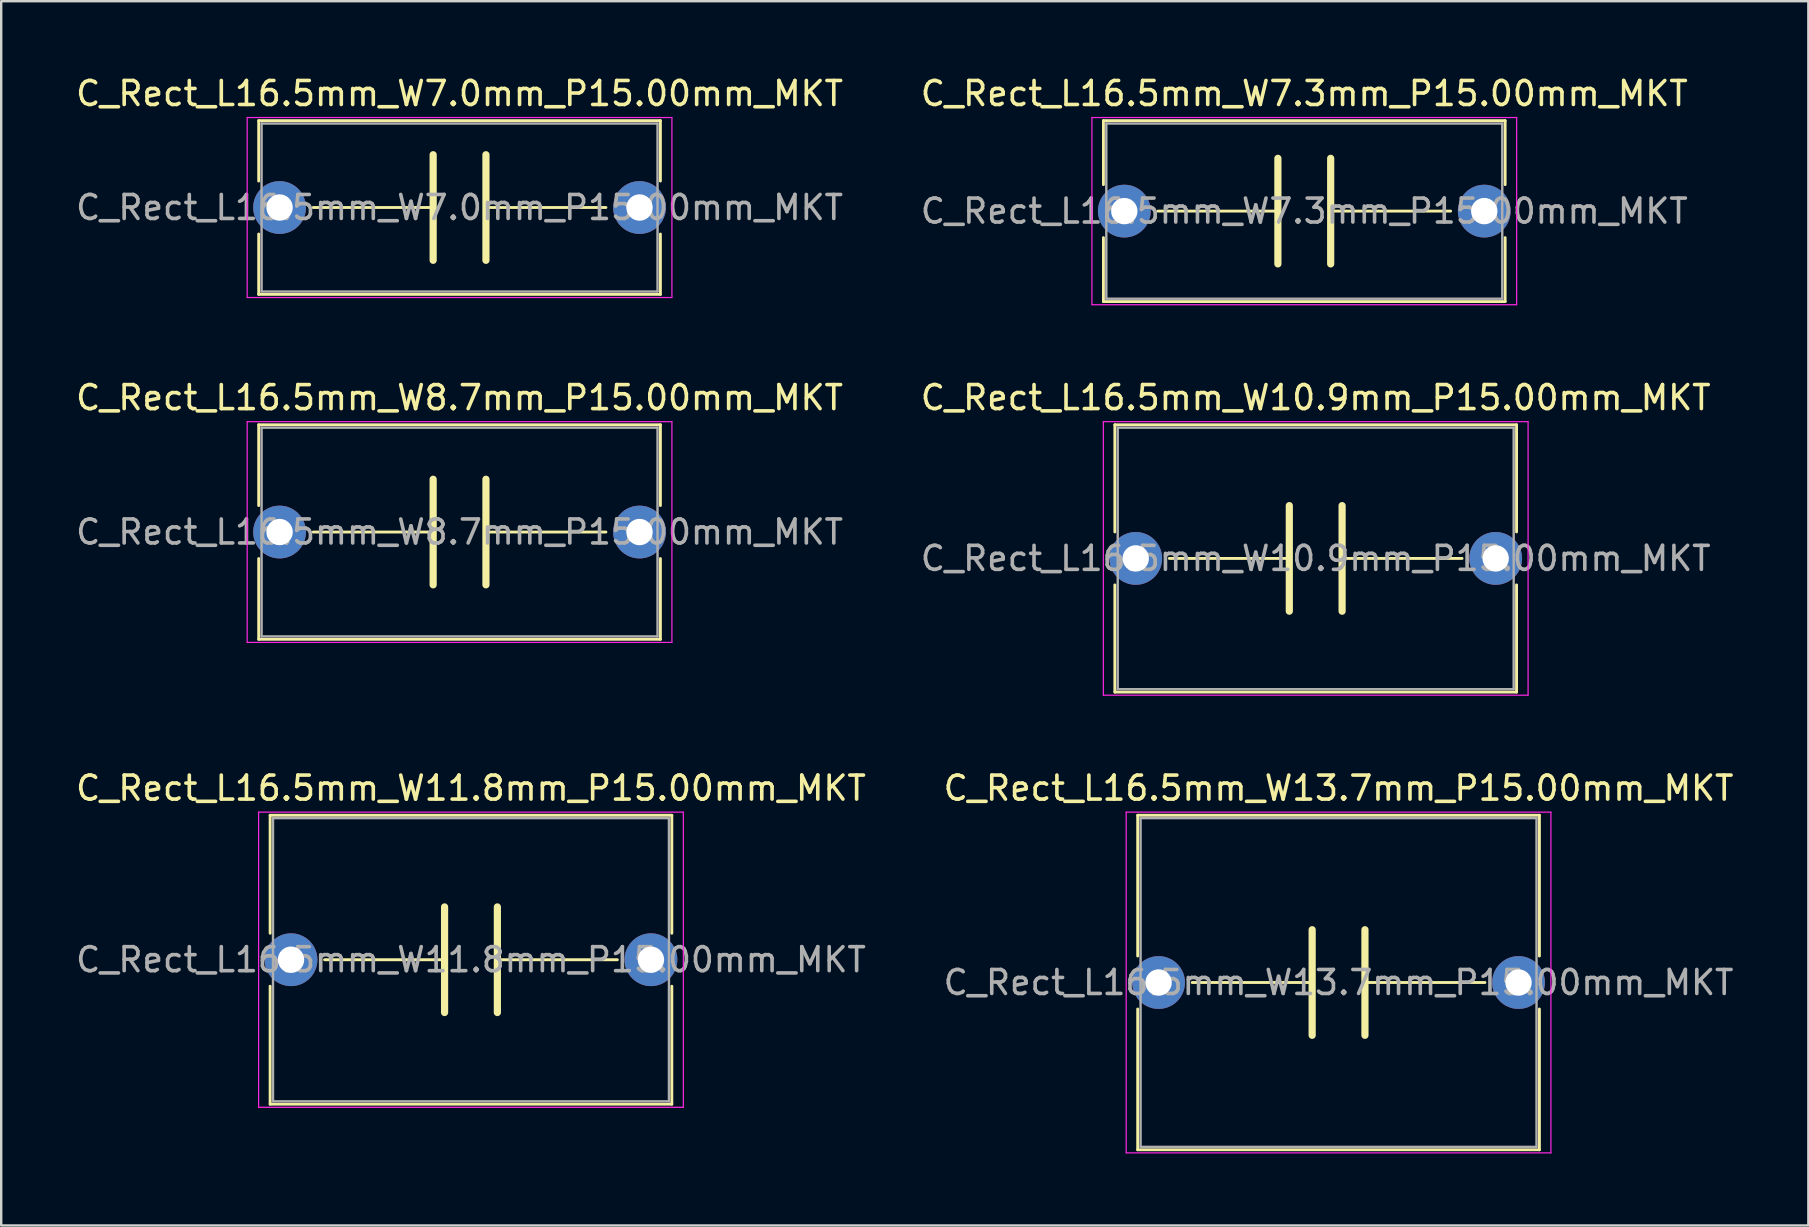
<source format=kicad_pcb>
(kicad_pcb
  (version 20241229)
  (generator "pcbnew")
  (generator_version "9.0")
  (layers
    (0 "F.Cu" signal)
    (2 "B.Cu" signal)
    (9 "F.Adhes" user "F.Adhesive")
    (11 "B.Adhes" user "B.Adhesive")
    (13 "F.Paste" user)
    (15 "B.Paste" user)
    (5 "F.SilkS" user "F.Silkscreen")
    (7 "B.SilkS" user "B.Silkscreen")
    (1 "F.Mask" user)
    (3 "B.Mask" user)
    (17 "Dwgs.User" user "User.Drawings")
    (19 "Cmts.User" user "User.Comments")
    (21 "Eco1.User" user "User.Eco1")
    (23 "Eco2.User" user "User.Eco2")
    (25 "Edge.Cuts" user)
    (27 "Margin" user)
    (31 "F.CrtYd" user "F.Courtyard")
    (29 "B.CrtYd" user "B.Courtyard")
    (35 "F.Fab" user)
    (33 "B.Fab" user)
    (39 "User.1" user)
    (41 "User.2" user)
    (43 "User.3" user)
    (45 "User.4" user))
  (footprint "C_Rect_L16.5mm_W8.7mm_P15.00mm_MKT"
    (layer "F.Cu")
    (at 8.601 19.122)
    (property "Reference" "C_Rect_L16.5mm_W8.7mm_P15.00mm_MKT" (at 7.5 -5.6 0) (layer "F.SilkS") (effects (font (size 1 1) (thickness 0.15))))
    (attr through_hole)
    (fp_line (start -0.87 -4.47) (end -0.87 -1.104) (stroke (width 0.12) (type solid)) (layer "F.SilkS"))
    (fp_line (start -0.87 -4.47) (end 15.87 -4.47) (stroke (width 0.12) (type solid)) (layer "F.SilkS"))
    (fp_line (start -0.87 1.104) (end -0.87 4.47) (stroke (width 0.12) (type solid)) (layer "F.SilkS"))
    (fp_line (start -0.87 4.47) (end 15.87 4.47) (stroke (width 0.12) (type solid)) (layer "F.SilkS"))
    (fp_line (start 1.4 0) (end 6.4 0) (stroke (width 0.12) (type solid)) (layer "F.SilkS"))
    (fp_line (start 6.4 -2.2) (end 6.4 2.2) (stroke (width 0.3) (type solid)) (layer "F.SilkS"))
    (fp_line (start 8.6 -2.2) (end 8.6 2.2) (stroke (width 0.3) (type solid)) (layer "F.SilkS"))
    (fp_line (start 8.6 0) (end 13.6 0) (stroke (width 0.12) (type solid)) (layer "F.SilkS"))
    (fp_line (start 15.87 -4.47) (end 15.87 -1.104) (stroke (width 0.12) (type solid)) (layer "F.SilkS"))
    (fp_line (start 15.87 1.104) (end 15.87 4.47) (stroke (width 0.12) (type solid)) (layer "F.SilkS"))
    (fp_line (start -1.35 -4.6) (end -1.35 4.6) (stroke (width 0.05) (type solid)) (layer "F.CrtYd"))
    (fp_line (start -1.35 4.6) (end 16.35 4.6) (stroke (width 0.05) (type solid)) (layer "F.CrtYd"))
    (fp_line (start 16.35 -4.6) (end -1.35 -4.6) (stroke (width 0.05) (type solid)) (layer "F.CrtYd"))
    (fp_line (start 16.35 4.6) (end 16.35 -4.6) (stroke (width 0.05) (type solid)) (layer "F.CrtYd"))
    (fp_line (start -0.75 -4.35) (end -0.75 4.35) (stroke (width 0.1) (type solid)) (layer "F.Fab"))
    (fp_line (start -0.75 4.35) (end 15.75 4.35) (stroke (width 0.1) (type solid)) (layer "F.Fab"))
    (fp_line (start 15.75 -4.35) (end -0.75 -4.35) (stroke (width 0.1) (type solid)) (layer "F.Fab"))
    (fp_line (start 15.75 4.35) (end 15.75 -4.35) (stroke (width 0.1) (type solid)) (layer "F.Fab"))
    (fp_text user "${REFERENCE}" (at 7.5 0 0) (layer "F.Fab") (effects (font (size 1 1) (thickness 0.15))))
    (pad "1" thru_hole circle (at 0 0) (size 2.2 2.2) (drill 1.1) (layers "*.Cu" "*.Mask"))
    (pad "2" thru_hole circle (at 15 0) (size 2.2 2.2) (drill 1.1) (layers "*.Cu" "*.Mask")))
  (footprint "C_Rect_L16.5mm_W7.0mm_P15.00mm_MKT"
    (layer "F.Cu")
    (at 8.601 5.598)
    (property "Reference" "C_Rect_L16.5mm_W7.0mm_P15.00mm_MKT" (at 7.5 -4.75 0) (layer "F.SilkS") (effects (font (size 1 1) (thickness 0.15))))
    (attr through_hole)
    (fp_line (start -0.87 -3.62) (end -0.87 -1.104) (stroke (width 0.12) (type solid)) (layer "F.SilkS"))
    (fp_line (start -0.87 -3.62) (end 15.87 -3.62) (stroke (width 0.12) (type solid)) (layer "F.SilkS"))
    (fp_line (start -0.87 1.104) (end -0.87 3.62) (stroke (width 0.12) (type solid)) (layer "F.SilkS"))
    (fp_line (start -0.87 3.62) (end 15.87 3.62) (stroke (width 0.12) (type solid)) (layer "F.SilkS"))
    (fp_line (start 1.4 0) (end 6.4 0) (stroke (width 0.12) (type solid)) (layer "F.SilkS"))
    (fp_line (start 6.4 -2.2) (end 6.4 2.2) (stroke (width 0.3) (type solid)) (layer "F.SilkS"))
    (fp_line (start 8.6 -2.2) (end 8.6 2.2) (stroke (width 0.3) (type solid)) (layer "F.SilkS"))
    (fp_line (start 8.6 0) (end 13.6 0) (stroke (width 0.12) (type solid)) (layer "F.SilkS"))
    (fp_line (start 15.87 -3.62) (end 15.87 -1.104) (stroke (width 0.12) (type solid)) (layer "F.SilkS"))
    (fp_line (start 15.87 1.104) (end 15.87 3.62) (stroke (width 0.12) (type solid)) (layer "F.SilkS"))
    (fp_line (start -1.35 -3.75) (end -1.35 3.75) (stroke (width 0.05) (type solid)) (layer "F.CrtYd"))
    (fp_line (start -1.35 3.75) (end 16.35 3.75) (stroke (width 0.05) (type solid)) (layer "F.CrtYd"))
    (fp_line (start 16.35 -3.75) (end -1.35 -3.75) (stroke (width 0.05) (type solid)) (layer "F.CrtYd"))
    (fp_line (start 16.35 3.75) (end 16.35 -3.75) (stroke (width 0.05) (type solid)) (layer "F.CrtYd"))
    (fp_line (start -0.75 -3.5) (end -0.75 3.5) (stroke (width 0.1) (type solid)) (layer "F.Fab"))
    (fp_line (start -0.75 3.5) (end 15.75 3.5) (stroke (width 0.1) (type solid)) (layer "F.Fab"))
    (fp_line (start 15.75 -3.5) (end -0.75 -3.5) (stroke (width 0.1) (type solid)) (layer "F.Fab"))
    (fp_line (start 15.75 3.5) (end 15.75 -3.5) (stroke (width 0.1) (type solid)) (layer "F.Fab"))
    (fp_text user "${REFERENCE}" (at 7.5 0 0) (layer "F.Fab") (effects (font (size 1 1) (thickness 0.15))))
    (pad "1" thru_hole circle (at 0 0) (size 2.2 2.2) (drill 1.1) (layers "*.Cu" "*.Mask"))
    (pad "2" thru_hole circle (at 15 0) (size 2.2 2.2) (drill 1.1) (layers "*.Cu" "*.Mask")))
  (footprint "C_Rect_L16.5mm_W13.7mm_P15.00mm_MKT"
    (layer "F.Cu")
    (at 45.232 37.895)
    (property "Reference" "C_Rect_L16.5mm_W13.7mm_P15.00mm_MKT" (at 7.5 -8.1 0) (layer "F.SilkS") (effects (font (size 1 1) (thickness 0.15))))
    (attr through_hole)
    (fp_line (start -0.87 -6.97) (end -0.87 -1.104) (stroke (width 0.12) (type solid)) (layer "F.SilkS"))
    (fp_line (start -0.87 -6.97) (end 15.87 -6.97) (stroke (width 0.12) (type solid)) (layer "F.SilkS"))
    (fp_line (start -0.87 1.104) (end -0.87 6.97) (stroke (width 0.12) (type solid)) (layer "F.SilkS"))
    (fp_line (start -0.87 6.97) (end 15.87 6.97) (stroke (width 0.12) (type solid)) (layer "F.SilkS"))
    (fp_line (start 1.4 0) (end 6.4 0) (stroke (width 0.12) (type solid)) (layer "F.SilkS"))
    (fp_line (start 6.4 -2.2) (end 6.4 2.2) (stroke (width 0.3) (type solid)) (layer "F.SilkS"))
    (fp_line (start 8.6 -2.2) (end 8.6 2.2) (stroke (width 0.3) (type solid)) (layer "F.SilkS"))
    (fp_line (start 8.6 0) (end 13.6 0) (stroke (width 0.12) (type solid)) (layer "F.SilkS"))
    (fp_line (start 15.87 -6.97) (end 15.87 -1.104) (stroke (width 0.12) (type solid)) (layer "F.SilkS"))
    (fp_line (start 15.87 1.104) (end 15.87 6.97) (stroke (width 0.12) (type solid)) (layer "F.SilkS"))
    (fp_line (start -1.35 -7.1) (end -1.35 7.1) (stroke (width 0.05) (type solid)) (layer "F.CrtYd"))
    (fp_line (start -1.35 7.1) (end 16.35 7.1) (stroke (width 0.05) (type solid)) (layer "F.CrtYd"))
    (fp_line (start 16.35 -7.1) (end -1.35 -7.1) (stroke (width 0.05) (type solid)) (layer "F.CrtYd"))
    (fp_line (start 16.35 7.1) (end 16.35 -7.1) (stroke (width 0.05) (type solid)) (layer "F.CrtYd"))
    (fp_line (start -0.75 -6.85) (end -0.75 6.85) (stroke (width 0.1) (type solid)) (layer "F.Fab"))
    (fp_line (start -0.75 6.85) (end 15.75 6.85) (stroke (width 0.1) (type solid)) (layer "F.Fab"))
    (fp_line (start 15.75 -6.85) (end -0.75 -6.85) (stroke (width 0.1) (type solid)) (layer "F.Fab"))
    (fp_line (start 15.75 6.85) (end 15.75 -6.85) (stroke (width 0.1) (type solid)) (layer "F.Fab"))
    (fp_text user "${REFERENCE}" (at 7.5 0 0) (layer "F.Fab") (effects (font (size 1 1) (thickness 0.15))))
    (pad "1" thru_hole circle (at 0 0) (size 2.2 2.2) (drill 1.1) (layers "*.Cu" "*.Mask"))
    (pad "2" thru_hole circle (at 15 0) (size 2.2 2.2) (drill 1.1) (layers "*.Cu" "*.Mask")))
  (footprint "C_Rect_L16.5mm_W10.9mm_P15.00mm_MKT"
    (layer "F.Cu")
    (at 44.28 20.221)
    (property "Reference" "C_Rect_L16.5mm_W10.9mm_P15.00mm_MKT" (at 7.5 -6.7 0) (layer "F.SilkS") (effects (font (size 1 1) (thickness 0.15))))
    (attr through_hole)
    (fp_line (start -0.87 -5.57) (end -0.87 -1.104) (stroke (width 0.12) (type solid)) (layer "F.SilkS"))
    (fp_line (start -0.87 -5.57) (end 15.87 -5.57) (stroke (width 0.12) (type solid)) (layer "F.SilkS"))
    (fp_line (start -0.87 1.104) (end -0.87 5.57) (stroke (width 0.12) (type solid)) (layer "F.SilkS"))
    (fp_line (start -0.87 5.57) (end 15.87 5.57) (stroke (width 0.12) (type solid)) (layer "F.SilkS"))
    (fp_line (start 1.4 0) (end 6.4 0) (stroke (width 0.12) (type solid)) (layer "F.SilkS"))
    (fp_line (start 6.4 -2.2) (end 6.4 2.2) (stroke (width 0.3) (type solid)) (layer "F.SilkS"))
    (fp_line (start 8.6 -2.2) (end 8.6 2.2) (stroke (width 0.3) (type solid)) (layer "F.SilkS"))
    (fp_line (start 8.6 0) (end 13.6 0) (stroke (width 0.12) (type solid)) (layer "F.SilkS"))
    (fp_line (start 15.87 -5.57) (end 15.87 -1.104) (stroke (width 0.12) (type solid)) (layer "F.SilkS"))
    (fp_line (start 15.87 1.104) (end 15.87 5.57) (stroke (width 0.12) (type solid)) (layer "F.SilkS"))
    (fp_line (start -1.35 -5.7) (end -1.35 5.7) (stroke (width 0.05) (type solid)) (layer "F.CrtYd"))
    (fp_line (start -1.35 5.7) (end 16.35 5.7) (stroke (width 0.05) (type solid)) (layer "F.CrtYd"))
    (fp_line (start 16.35 -5.7) (end -1.35 -5.7) (stroke (width 0.05) (type solid)) (layer "F.CrtYd"))
    (fp_line (start 16.35 5.7) (end 16.35 -5.7) (stroke (width 0.05) (type solid)) (layer "F.CrtYd"))
    (fp_line (start -0.75 -5.45) (end -0.75 5.45) (stroke (width 0.1) (type solid)) (layer "F.Fab"))
    (fp_line (start -0.75 5.45) (end 15.75 5.45) (stroke (width 0.1) (type solid)) (layer "F.Fab"))
    (fp_line (start 15.75 -5.45) (end -0.75 -5.45) (stroke (width 0.1) (type solid)) (layer "F.Fab"))
    (fp_line (start 15.75 5.45) (end 15.75 -5.45) (stroke (width 0.1) (type solid)) (layer "F.Fab"))
    (fp_text user "${REFERENCE}" (at 7.5 0 0) (layer "F.Fab") (effects (font (size 1 1) (thickness 0.15))))
    (pad "1" thru_hole circle (at 0 0) (size 2.2 2.2) (drill 1.1) (layers "*.Cu" "*.Mask"))
    (pad "2" thru_hole circle (at 15 0) (size 2.2 2.2) (drill 1.1) (layers "*.Cu" "*.Mask")))
  (footprint "C_Rect_L16.5mm_W7.3mm_P15.00mm_MKT"
    (layer "F.Cu")
    (at 43.804 5.748)
    (property "Reference" "C_Rect_L16.5mm_W7.3mm_P15.00mm_MKT" (at 7.5 -4.9 0) (layer "F.SilkS") (effects (font (size 1 1) (thickness 0.15))))
    (attr through_hole)
    (fp_line (start -0.87 -3.77) (end -0.87 -1.104) (stroke (width 0.12) (type solid)) (layer "F.SilkS"))
    (fp_line (start -0.87 -3.77) (end 15.87 -3.77) (stroke (width 0.12) (type solid)) (layer "F.SilkS"))
    (fp_line (start -0.87 1.104) (end -0.87 3.77) (stroke (width 0.12) (type solid)) (layer "F.SilkS"))
    (fp_line (start -0.87 3.77) (end 15.87 3.77) (stroke (width 0.12) (type solid)) (layer "F.SilkS"))
    (fp_line (start 1.4 0) (end 6.4 0) (stroke (width 0.12) (type solid)) (layer "F.SilkS"))
    (fp_line (start 6.4 -2.2) (end 6.4 2.2) (stroke (width 0.3) (type solid)) (layer "F.SilkS"))
    (fp_line (start 8.6 -2.2) (end 8.6 2.2) (stroke (width 0.3) (type solid)) (layer "F.SilkS"))
    (fp_line (start 8.6 0) (end 13.6 0) (stroke (width 0.12) (type solid)) (layer "F.SilkS"))
    (fp_line (start 15.87 -3.77) (end 15.87 -1.104) (stroke (width 0.12) (type solid)) (layer "F.SilkS"))
    (fp_line (start 15.87 1.104) (end 15.87 3.77) (stroke (width 0.12) (type solid)) (layer "F.SilkS"))
    (fp_line (start -1.35 -3.9) (end -1.35 3.9) (stroke (width 0.05) (type solid)) (layer "F.CrtYd"))
    (fp_line (start -1.35 3.9) (end 16.35 3.9) (stroke (width 0.05) (type solid)) (layer "F.CrtYd"))
    (fp_line (start 16.35 -3.9) (end -1.35 -3.9) (stroke (width 0.05) (type solid)) (layer "F.CrtYd"))
    (fp_line (start 16.35 3.9) (end 16.35 -3.9) (stroke (width 0.05) (type solid)) (layer "F.CrtYd"))
    (fp_line (start -0.75 -3.65) (end -0.75 3.65) (stroke (width 0.1) (type solid)) (layer "F.Fab"))
    (fp_line (start -0.75 3.65) (end 15.75 3.65) (stroke (width 0.1) (type solid)) (layer "F.Fab"))
    (fp_line (start 15.75 -3.65) (end -0.75 -3.65) (stroke (width 0.1) (type solid)) (layer "F.Fab"))
    (fp_line (start 15.75 3.65) (end 15.75 -3.65) (stroke (width 0.1) (type solid)) (layer "F.Fab"))
    (fp_text user "${REFERENCE}" (at 7.5 0 0) (layer "F.Fab") (effects (font (size 1 1) (thickness 0.15))))
    (pad "1" thru_hole circle (at 0 0) (size 2.2 2.2) (drill 1.1) (layers "*.Cu" "*.Mask"))
    (pad "2" thru_hole circle (at 15 0) (size 2.2 2.2) (drill 1.1) (layers "*.Cu" "*.Mask")))
  (footprint "C_Rect_L16.5mm_W11.8mm_P15.00mm_MKT"
    (layer "F.Cu")
    (at 9.077 36.945)
    (property "Reference" "C_Rect_L16.5mm_W11.8mm_P15.00mm_MKT" (at 7.5 -7.15 0) (layer "F.SilkS") (effects (font (size 1 1) (thickness 0.15))))
    (attr through_hole)
    (fp_line (start -0.87 -6.02) (end -0.87 -1.104) (stroke (width 0.12) (type solid)) (layer "F.SilkS"))
    (fp_line (start -0.87 -6.02) (end 15.87 -6.02) (stroke (width 0.12) (type solid)) (layer "F.SilkS"))
    (fp_line (start -0.87 1.104) (end -0.87 6.02) (stroke (width 0.12) (type solid)) (layer "F.SilkS"))
    (fp_line (start -0.87 6.02) (end 15.87 6.02) (stroke (width 0.12) (type solid)) (layer "F.SilkS"))
    (fp_line (start 1.4 0) (end 6.4 0) (stroke (width 0.12) (type solid)) (layer "F.SilkS"))
    (fp_line (start 6.4 -2.2) (end 6.4 2.2) (stroke (width 0.3) (type solid)) (layer "F.SilkS"))
    (fp_line (start 8.6 -2.2) (end 8.6 2.2) (stroke (width 0.3) (type solid)) (layer "F.SilkS"))
    (fp_line (start 8.6 0) (end 13.6 0) (stroke (width 0.12) (type solid)) (layer "F.SilkS"))
    (fp_line (start 15.87 -6.02) (end 15.87 -1.104) (stroke (width 0.12) (type solid)) (layer "F.SilkS"))
    (fp_line (start 15.87 1.104) (end 15.87 6.02) (stroke (width 0.12) (type solid)) (layer "F.SilkS"))
    (fp_line (start -1.35 -6.15) (end -1.35 6.15) (stroke (width 0.05) (type solid)) (layer "F.CrtYd"))
    (fp_line (start -1.35 6.15) (end 16.35 6.15) (stroke (width 0.05) (type solid)) (layer "F.CrtYd"))
    (fp_line (start 16.35 -6.15) (end -1.35 -6.15) (stroke (width 0.05) (type solid)) (layer "F.CrtYd"))
    (fp_line (start 16.35 6.15) (end 16.35 -6.15) (stroke (width 0.05) (type solid)) (layer "F.CrtYd"))
    (fp_line (start -0.75 -5.9) (end -0.75 5.9) (stroke (width 0.1) (type solid)) (layer "F.Fab"))
    (fp_line (start -0.75 5.9) (end 15.75 5.9) (stroke (width 0.1) (type solid)) (layer "F.Fab"))
    (fp_line (start 15.75 -5.9) (end -0.75 -5.9) (stroke (width 0.1) (type solid)) (layer "F.Fab"))
    (fp_line (start 15.75 5.9) (end 15.75 -5.9) (stroke (width 0.1) (type solid)) (layer "F.Fab"))
    (fp_text user "${REFERENCE}" (at 7.5 0 0) (layer "F.Fab") (effects (font (size 1 1) (thickness 0.15))))
    (pad "1" thru_hole circle (at 0 0) (size 2.2 2.2) (drill 1.1) (layers "*.Cu" "*.Mask"))
    (pad "2" thru_hole circle (at 15 0) (size 2.2 2.2) (drill 1.1) (layers "*.Cu" "*.Mask")))
  (gr_rect
    (start -3 -3)
    (end 72.31 48.02)
    (stroke (width 0.1) (type default))
    (fill no)
    (layer "Edge.Cuts")))
</source>
